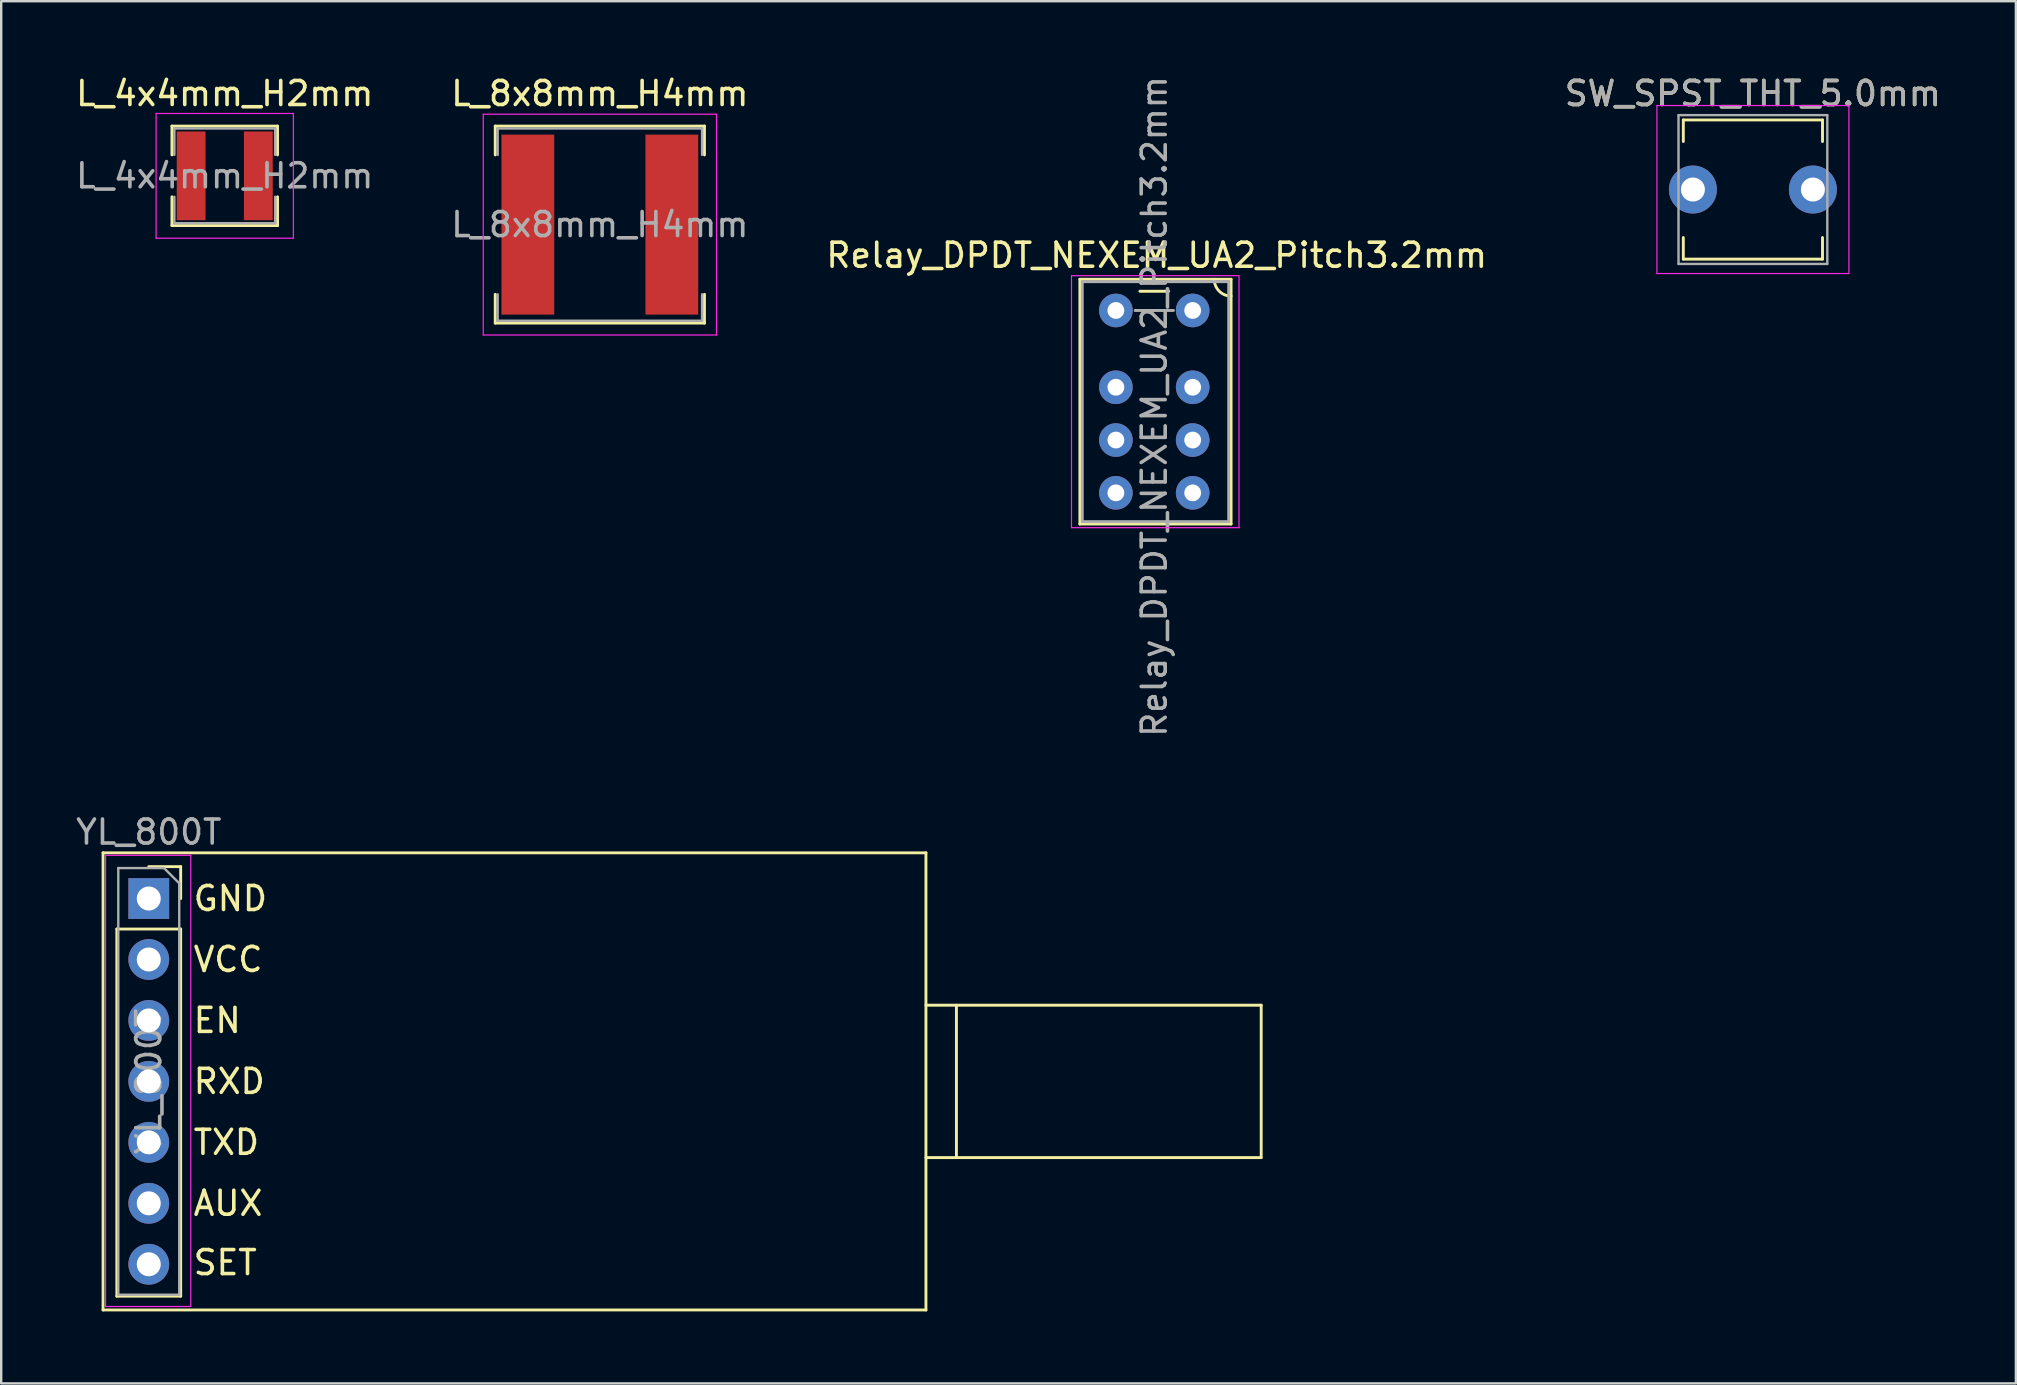
<source format=kicad_pcb>
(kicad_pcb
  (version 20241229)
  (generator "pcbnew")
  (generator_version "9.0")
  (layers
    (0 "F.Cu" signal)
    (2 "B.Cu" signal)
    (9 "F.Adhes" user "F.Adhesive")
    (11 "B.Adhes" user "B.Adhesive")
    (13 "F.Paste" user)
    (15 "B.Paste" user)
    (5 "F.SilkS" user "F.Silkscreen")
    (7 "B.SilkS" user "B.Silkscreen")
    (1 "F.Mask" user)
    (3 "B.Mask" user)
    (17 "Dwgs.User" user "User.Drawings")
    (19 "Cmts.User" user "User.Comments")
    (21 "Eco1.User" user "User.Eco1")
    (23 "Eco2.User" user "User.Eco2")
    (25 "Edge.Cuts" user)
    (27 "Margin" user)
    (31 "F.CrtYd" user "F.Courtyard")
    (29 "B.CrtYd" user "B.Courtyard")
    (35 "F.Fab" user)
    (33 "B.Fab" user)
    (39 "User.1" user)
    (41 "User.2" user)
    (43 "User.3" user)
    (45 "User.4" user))
  (footprint "YL_800T"
    (layer "F.Cu")
    (at 3.149 34.392)
    (property "Reference" "YL_800T" (at 0 -2.77 0) (layer "F.Fab") (effects (font (size 1 1) (thickness 0.15))))
    (attr through_hole)
    (fp_line (start -1.905 -1.905) (end 32.385 -1.905) (stroke (width 0.12) (type solid)) (layer "F.SilkS"))
    (fp_line (start -1.905 17.145) (end -1.905 -1.905) (stroke (width 0.12) (type solid)) (layer "F.SilkS"))
    (fp_line (start -1.33 1.27) (end -1.33 16.57) (stroke (width 0.12) (type solid)) (layer "F.SilkS"))
    (fp_line (start -1.33 1.27) (end 1.33 1.27) (stroke (width 0.12) (type solid)) (layer "F.SilkS"))
    (fp_line (start -1.33 16.57) (end 1.33 16.57) (stroke (width 0.12) (type solid)) (layer "F.SilkS"))
    (fp_line (start 0 -1.33) (end 1.33 -1.33) (stroke (width 0.12) (type solid)) (layer "F.SilkS"))
    (fp_line (start 1.33 -1.33) (end 1.33 0) (stroke (width 0.12) (type solid)) (layer "F.SilkS"))
    (fp_line (start 1.33 1.27) (end 1.33 16.57) (stroke (width 0.12) (type solid)) (layer "F.SilkS"))
    (fp_line (start 32.385 -1.905) (end 32.385 17.145) (stroke (width 0.12) (type solid)) (layer "F.SilkS"))
    (fp_line (start 32.385 10.795) (end 46.355 10.795) (stroke (width 0.12) (type solid)) (layer "F.SilkS"))
    (fp_line (start 32.385 17.145) (end -1.905 17.145) (stroke (width 0.12) (type solid)) (layer "F.SilkS"))
    (fp_line (start 33.655 4.445) (end 33.655 10.795) (stroke (width 0.12) (type solid)) (layer "F.SilkS"))
    (fp_line (start 46.355 4.445) (end 32.385 4.445) (stroke (width 0.12) (type solid)) (layer "F.SilkS"))
    (fp_line (start 46.355 10.795) (end 46.355 4.445) (stroke (width 0.12) (type solid)) (layer "F.SilkS"))
    (fp_line (start -1.8 -1.8) (end 1.75 -1.8) (stroke (width 0.05) (type solid)) (layer "F.CrtYd"))
    (fp_line (start -1.8 17) (end -1.8 -1.8) (stroke (width 0.05) (type solid)) (layer "F.CrtYd"))
    (fp_line (start 1.75 -1.8) (end 1.75 17) (stroke (width 0.05) (type solid)) (layer "F.CrtYd"))
    (fp_line (start 1.75 17) (end -1.8 17) (stroke (width 0.05) (type solid)) (layer "F.CrtYd"))
    (fp_line (start -1.27 -1.27) (end 0.635 -1.27) (stroke (width 0.1) (type solid)) (layer "F.Fab"))
    (fp_line (start -1.27 16.51) (end -1.27 -1.27) (stroke (width 0.1) (type solid)) (layer "F.Fab"))
    (fp_line (start 0.635 -1.27) (end 1.27 -0.635) (stroke (width 0.1) (type solid)) (layer "F.Fab"))
    (fp_line (start 1.27 -0.635) (end 1.27 16.51) (stroke (width 0.1) (type solid)) (layer "F.Fab"))
    (fp_line (start 1.27 16.51) (end -1.27 16.51) (stroke (width 0.1) (type solid)) (layer "F.Fab"))
    (fp_text user "RXD" (at 1.778 7.62 0) (layer "F.SilkS") (effects (font (size 1 1) (thickness 0.15)) (justify left)))
    (fp_text user "GND" (at 1.778 0 0) (layer "F.SilkS") (effects (font (size 1 1) (thickness 0.15)) (justify left)))
    (fp_text user "TXD" (at 1.778 10.16 0) (layer "F.SilkS") (effects (font (size 1 1) (thickness 0.15)) (justify left)))
    (fp_text user "SET" (at 1.778 15.172 0) (layer "F.SilkS") (effects (font (size 1 1) (thickness 0.15)) (justify left)))
    (fp_text user "EN" (at 1.778 5.08 0) (layer "F.SilkS") (effects (font (size 1 1) (thickness 0.15)) (justify left)))
    (fp_text user "VCC" (at 1.778 2.54 0) (layer "F.SilkS") (effects (font (size 1 1) (thickness 0.15)) (justify left)))
    (fp_text user "AUX" (at 1.778 12.7 0) (layer "F.SilkS") (effects (font (size 1 1) (thickness 0.15)) (justify left)))
    (fp_text user "${REFERENCE}" (at 0 7.62 90) (layer "F.Fab") (effects (font (size 1 1) (thickness 0.15))))
    (pad "1" thru_hole rect (at 0 0) (size 1.7 1.7) (drill 1) (layers "*.Cu" "*.Mask"))
    (pad "2" thru_hole oval (at 0 2.54) (size 1.7 1.7) (drill 1) (layers "*.Cu" "*.Mask"))
    (pad "3" thru_hole oval (at 0 5.08) (size 1.7 1.7) (drill 1) (layers "*.Cu" "*.Mask"))
    (pad "4" thru_hole oval (at 0 7.62) (size 1.7 1.7) (drill 1) (layers "*.Cu" "*.Mask"))
    (pad "5" thru_hole oval (at 0 10.16) (size 1.7 1.7) (drill 1) (layers "*.Cu" "*.Mask"))
    (pad "6" thru_hole oval (at 0 12.7) (size 1.7 1.7) (drill 1) (layers "*.Cu" "*.Mask"))
    (pad "7" thru_hole oval (at 0 15.24) (size 1.7 1.7) (drill 1) (layers "*.Cu" "*.Mask")))
  (footprint "SW_SPST_THT_5.0mm"
    (layer "F.Cu")
    (at 69.994 4.848)
    (property "Reference" "SW_SPST_THT_5.0mm" (at 0 -4 0) (layer "F.SilkS") (effects (font (size 1 1) (thickness 0.15))))
    (attr through_hole)
    (fp_line (start -2.9 -2.9) (end -2.9 -2) (stroke (width 0.12) (type solid)) (layer "F.SilkS"))
    (fp_line (start -2.9 -2.9) (end 2.9 -2.9) (stroke (width 0.12) (type solid)) (layer "F.SilkS"))
    (fp_line (start -2.9 2) (end -2.9 2.9) (stroke (width 0.12) (type solid)) (layer "F.SilkS"))
    (fp_line (start -2.9 2.9) (end 2.9 2.9) (stroke (width 0.12) (type solid)) (layer "F.SilkS"))
    (fp_line (start 2.9 -2.9) (end 2.9 -2) (stroke (width 0.12) (type solid)) (layer "F.SilkS"))
    (fp_line (start 2.9 2) (end 2.9 2.9) (stroke (width 0.12) (type solid)) (layer "F.SilkS"))
    (fp_line (start -4 -3.5) (end -4 3.5) (stroke (width 0.05) (type solid)) (layer "F.CrtYd"))
    (fp_line (start -4 3.5) (end 4 3.5) (stroke (width 0.05) (type solid)) (layer "F.CrtYd"))
    (fp_line (start 4 -3.5) (end -4 -3.5) (stroke (width 0.05) (type solid)) (layer "F.CrtYd"))
    (fp_line (start 4 3.5) (end 4 -3.5) (stroke (width 0.05) (type solid)) (layer "F.CrtYd"))
    (fp_line (start -3.1 -3.1) (end -3.1 3.1) (stroke (width 0.1) (type solid)) (layer "F.Fab"))
    (fp_line (start -3.1 3.1) (end 3.1 3.1) (stroke (width 0.1) (type solid)) (layer "F.Fab"))
    (fp_line (start 3.1 -3.1) (end -3.1 -3.1) (stroke (width 0.1) (type solid)) (layer "F.Fab"))
    (fp_line (start 3.1 3.1) (end 3.1 -3.1) (stroke (width 0.1) (type solid)) (layer "F.Fab"))
    (fp_text user "${REFERENCE}" (at 0 -4 0) (layer "F.Fab") (effects (font (size 1 1) (thickness 0.15))))
    (pad "1" thru_hole circle (at -2.5 0) (size 2 2) (drill 1) (layers "*.Cu" "*.Mask"))
    (pad "2" thru_hole circle (at 2.5 0) (size 2 2) (drill 1) (layers "*.Cu" "*.Mask")))
  (footprint "L_8x8mm_H4mm"
    (layer "F.Cu")
    (at 21.946 6.309)
    (property "Reference" "L_8x8mm_H4mm" (at 0 -5.461 0) (layer "F.SilkS") (effects (font (size 1 1) (thickness 0.15))))
    (attr smd)
    (fp_line (start -4.359 -4.105) (end 4.359 -4.105) (stroke (width 0.12) (type solid)) (layer "F.SilkS"))
    (fp_line (start -4.359 -2.905) (end -4.359 -4.105) (stroke (width 0.12) (type solid)) (layer "F.SilkS"))
    (fp_line (start -4.359 4.105) (end -4.359 2.905) (stroke (width 0.12) (type solid)) (layer "F.SilkS"))
    (fp_line (start 4.359 -4.105) (end 4.359 -2.905) (stroke (width 0.12) (type solid)) (layer "F.SilkS"))
    (fp_line (start 4.359 2.905) (end 4.359 4.105) (stroke (width 0.12) (type solid)) (layer "F.SilkS"))
    (fp_line (start 4.359 4.105) (end -4.359 4.105) (stroke (width 0.12) (type solid)) (layer "F.SilkS"))
    (fp_line (start -4.86 -4.6) (end 4.86 -4.6) (stroke (width 0.05) (type solid)) (layer "F.CrtYd"))
    (fp_line (start -4.86 4.6) (end -4.86 -4.6) (stroke (width 0.05) (type solid)) (layer "F.CrtYd"))
    (fp_line (start 4.86 -4.6) (end 4.86 4.6) (stroke (width 0.05) (type solid)) (layer "F.CrtYd"))
    (fp_line (start 4.86 4.6) (end -4.86 4.6) (stroke (width 0.05) (type solid)) (layer "F.CrtYd"))
    (fp_line (start -4.259 -4.005) (end -4.259 -2.905) (stroke (width 0.1) (type solid)) (layer "F.Fab"))
    (fp_line (start -4.259 2.905) (end -4.259 4.005) (stroke (width 0.1) (type solid)) (layer "F.Fab"))
    (fp_line (start -4.259 4.005) (end 4.259 4.005) (stroke (width 0.1) (type solid)) (layer "F.Fab"))
    (fp_line (start 4.259 -4.005) (end -4.259 -4.005) (stroke (width 0.1) (type solid)) (layer "F.Fab"))
    (fp_line (start 4.259 -4.005) (end 4.259 -2.905) (stroke (width 0.1) (type solid)) (layer "F.Fab"))
    (fp_line (start 4.259 4.005) (end 4.259 2.905) (stroke (width 0.1) (type solid)) (layer "F.Fab"))
    (fp_text user "${REFERENCE}" (at 0 0 0) (layer "F.Fab") (effects (font (size 1 1) (thickness 0.15))))
    (pad "1" smd rect (at -3 0) (size 2.2 7.5) (layers "F.Cu" "F.Mask" "F.Paste"))
    (pad "2" smd rect (at 3 0) (size 2.2 7.5) (layers "F.Cu" "F.Mask" "F.Paste")))
  (footprint "L_4x4mm_H2mm"
    (layer "F.Cu")
    (at 6.315 4.277)
    (property "Reference" "L_4x4mm_H2mm" (at 0 -3.429 0) (layer "F.SilkS") (effects (font (size 1 1) (thickness 0.15))))
    (attr smd)
    (fp_line (start -2.2 -2.073) (end 2.2 -2.073) (stroke (width 0.12) (type solid)) (layer "F.SilkS"))
    (fp_line (start -2.2 -0.873) (end -2.2 -2.073) (stroke (width 0.12) (type solid)) (layer "F.SilkS"))
    (fp_line (start -2.2 2.073) (end -2.2 0.873) (stroke (width 0.12) (type solid)) (layer "F.SilkS"))
    (fp_line (start 2.2 -2.073) (end 2.2 -0.873) (stroke (width 0.12) (type solid)) (layer "F.SilkS"))
    (fp_line (start 2.2 0.873) (end 2.2 2.073) (stroke (width 0.12) (type solid)) (layer "F.SilkS"))
    (fp_line (start 2.2 2.073) (end -2.2 2.073) (stroke (width 0.12) (type solid)) (layer "F.SilkS"))
    (fp_line (start -2.86 -2.6) (end 2.86 -2.6) (stroke (width 0.05) (type solid)) (layer "F.CrtYd"))
    (fp_line (start -2.86 2.6) (end -2.86 -2.6) (stroke (width 0.05) (type solid)) (layer "F.CrtYd"))
    (fp_line (start 2.86 -2.6) (end 2.86 2.6) (stroke (width 0.05) (type solid)) (layer "F.CrtYd"))
    (fp_line (start 2.86 2.6) (end -2.86 2.6) (stroke (width 0.05) (type solid)) (layer "F.CrtYd"))
    (fp_line (start -2.1 -1.973) (end -2.1 -0.873) (stroke (width 0.1) (type solid)) (layer "F.Fab"))
    (fp_line (start -2.1 0.873) (end -2.1 1.973) (stroke (width 0.1) (type solid)) (layer "F.Fab"))
    (fp_line (start -2.1 1.973) (end 2.1 1.973) (stroke (width 0.1) (type solid)) (layer "F.Fab"))
    (fp_line (start 2.1 -1.973) (end -2.1 -1.973) (stroke (width 0.1) (type solid)) (layer "F.Fab"))
    (fp_line (start 2.1 -1.973) (end 2.1 -0.873) (stroke (width 0.1) (type solid)) (layer "F.Fab"))
    (fp_line (start 2.1 1.973) (end 2.1 0.873) (stroke (width 0.1) (type solid)) (layer "F.Fab"))
    (fp_text user "${REFERENCE}" (at 0 0 0) (layer "F.Fab") (effects (font (size 1 1) (thickness 0.15))))
    (pad "1" smd rect (at -1.4 0) (size 1.2 3.7) (layers "F.Cu" "F.Mask" "F.Paste"))
    (pad "2" smd rect (at 1.4 0) (size 1.2 3.7) (layers "F.Cu" "F.Mask" "F.Paste")))
  (footprint "Relay_DPDT_NEXEM_UA2_Pitch3.2mm"
    (layer "F.Cu")
    (at 43.449 9.887)
    (property "Reference" "Relay_DPDT_NEXEM_UA2_Pitch3.2mm" (at 1.7 -2.3 0) (layer "F.SilkS") (effects (font (size 1 1) (thickness 0.15))))
    (attr through_hole)
    (fp_line (start -1.5 -1.3) (end 4.8 -1.3) (stroke (width 0.12) (type solid)) (layer "F.SilkS"))
    (fp_line (start -1.5 8.9) (end -1.5 -1.3) (stroke (width 0.12) (type solid)) (layer "F.SilkS"))
    (fp_line (start 2.2 -0.8) (end 1 -0.8) (stroke (width 0.12) (type solid)) (layer "F.SilkS"))
    (fp_line (start 4.8 -1.3) (end 4.8 8.9) (stroke (width 0.12) (type solid)) (layer "F.SilkS"))
    (fp_line (start 4.8 8.9) (end -1.5 8.9) (stroke (width 0.12) (type solid)) (layer "F.SilkS"))
    (fp_arc (start 4.8 -0.6) (mid 4.305025 -0.805025) (end 4.1 -1.3) (stroke (width 0.12) (type solid)) (layer "F.SilkS"))
    (fp_line (start -1.85 -1.45) (end -1.85 9.05) (stroke (width 0.05) (type solid)) (layer "F.CrtYd"))
    (fp_line (start -1.85 -1.45) (end 5.13 -1.45) (stroke (width 0.05) (type solid)) (layer "F.CrtYd"))
    (fp_line (start 5.13 9.05) (end -1.85 9.05) (stroke (width 0.05) (type solid)) (layer "F.CrtYd"))
    (fp_line (start 5.13 9.05) (end 5.13 -1.45) (stroke (width 0.05) (type solid)) (layer "F.CrtYd"))
    (fp_line (start -1.4 -1.2) (end -1.4 8.8) (stroke (width 0.12) (type solid)) (layer "F.Fab"))
    (fp_line (start -1.4 8.8) (end 4.7 8.8) (stroke (width 0.12) (type solid)) (layer "F.Fab"))
    (fp_line (start 0.8 0) (end 2.4 0) (stroke (width 0.12) (type solid)) (layer "F.Fab"))
    (fp_line (start 4.7 -1.2) (end -1.4 -1.2) (stroke (width 0.12) (type solid)) (layer "F.Fab"))
    (fp_line (start 4.7 8.8) (end 4.7 -1.2) (stroke (width 0.12) (type solid)) (layer "F.Fab"))
    (fp_text user "${REFERENCE}" (at 1.6 4 90) (layer "F.Fab") (effects (font (size 1 1) (thickness 0.15))))
    (pad "1" thru_hole circle (at 0 0) (size 1.4 1.4) (drill 0.7) (layers "*.Cu" "*.Mask"))
    (pad "2" thru_hole circle (at 0 3.2) (size 1.4 1.4) (drill 0.7) (layers "*.Cu" "*.Mask"))
    (pad "3" thru_hole circle (at 0 5.4) (size 1.4 1.4) (drill 0.7) (layers "*.Cu" "*.Mask"))
    (pad "4" thru_hole circle (at 0 7.6) (size 1.4 1.4) (drill 0.7) (layers "*.Cu" "*.Mask"))
    (pad "5" thru_hole circle (at 3.2 7.6) (size 1.4 1.4) (drill 0.7) (layers "*.Cu" "*.Mask"))
    (pad "6" thru_hole circle (at 3.2 5.4) (size 1.4 1.4) (drill 0.7) (layers "*.Cu" "*.Mask"))
    (pad "7" thru_hole circle (at 3.2 3.2) (size 1.4 1.4) (drill 0.7) (layers "*.Cu" "*.Mask"))
    (pad "8" thru_hole circle (at 3.2 0) (size 1.4 1.4) (drill 0.7) (layers "*.Cu" "*.Mask")))
  (gr_rect
    (start -3 -3)
    (end 80.952 54.597)
    (stroke (width 0.1) (type default))
    (fill no)
    (layer "Edge.Cuts")))
</source>
